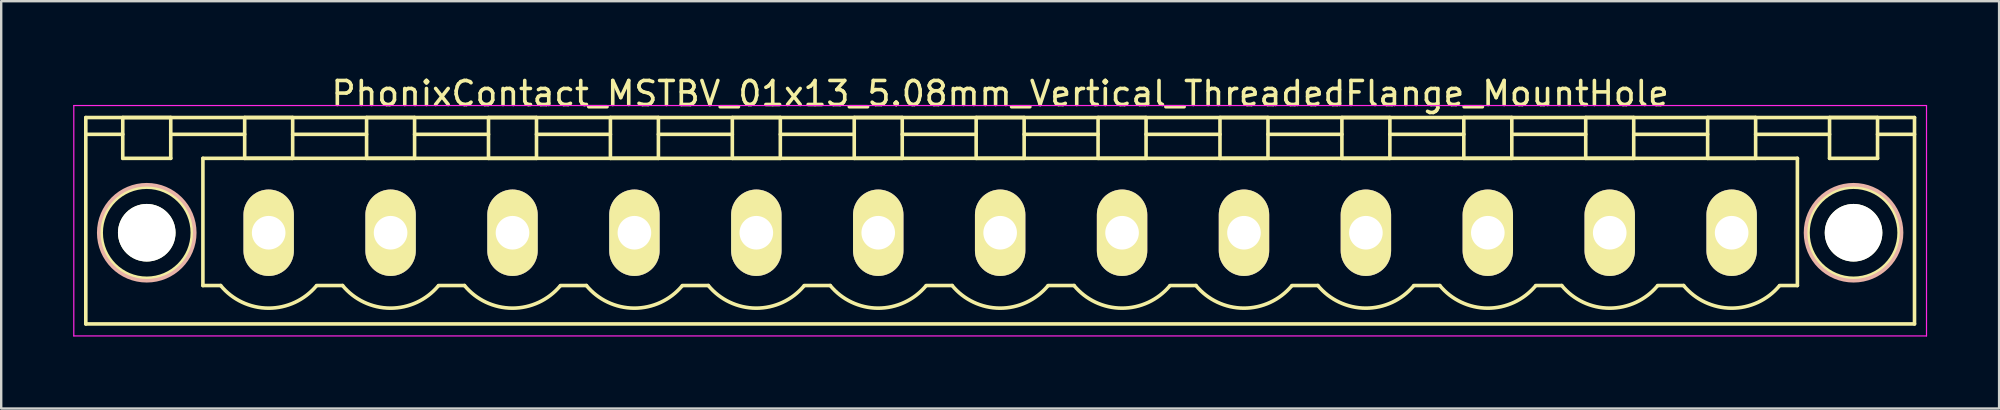
<source format=kicad_pcb>
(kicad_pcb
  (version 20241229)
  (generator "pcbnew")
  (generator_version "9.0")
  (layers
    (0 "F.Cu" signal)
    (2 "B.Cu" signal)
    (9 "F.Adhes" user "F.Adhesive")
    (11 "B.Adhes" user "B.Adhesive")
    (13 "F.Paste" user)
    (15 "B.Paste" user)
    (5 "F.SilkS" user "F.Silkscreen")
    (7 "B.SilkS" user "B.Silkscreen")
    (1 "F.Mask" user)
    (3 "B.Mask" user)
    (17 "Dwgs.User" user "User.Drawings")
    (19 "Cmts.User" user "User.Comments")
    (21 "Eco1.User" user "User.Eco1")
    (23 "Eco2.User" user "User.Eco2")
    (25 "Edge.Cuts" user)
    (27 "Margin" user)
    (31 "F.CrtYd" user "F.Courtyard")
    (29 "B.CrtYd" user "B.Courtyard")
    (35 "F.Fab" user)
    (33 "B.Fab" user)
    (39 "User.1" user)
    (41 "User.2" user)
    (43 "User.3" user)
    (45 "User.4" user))
  (footprint "PhonixContact_MSTBV_01x13_5.08mm_Vertical_ThreadedFlange_MountHole"
    (layer "F.Cu")
    (at 8.145 6.648)
    (property "Reference" "PhonixContact_MSTBV_01x13_5.08mm_Vertical_ThreadedFlange_MountHole" (at 30.48 -5.8 0) (layer "F.SilkS") (effects (font (size 1 1) (thickness 0.15))))
    (attr through_hole)
    (fp_line (start -7.62 -4.8) (end -7.62 3.8) (stroke (width 0.15) (type solid)) (layer "F.SilkS"))
    (fp_line (start -7.62 -4.1) (end -6.08 -4.1) (stroke (width 0.15) (type solid)) (layer "F.SilkS"))
    (fp_line (start -7.62 3.8) (end 68.58 3.8) (stroke (width 0.15) (type solid)) (layer "F.SilkS"))
    (fp_line (start -6.08 -4.8) (end -4.08 -4.8) (stroke (width 0.15) (type solid)) (layer "F.SilkS"))
    (fp_line (start -6.08 -3.1) (end -6.08 -4.8) (stroke (width 0.15) (type solid)) (layer "F.SilkS"))
    (fp_line (start -4.08 -4.8) (end -4.08 -3.1) (stroke (width 0.15) (type solid)) (layer "F.SilkS"))
    (fp_line (start -4.08 -4.1) (end -1 -4.1) (stroke (width 0.15) (type solid)) (layer "F.SilkS"))
    (fp_line (start -4.08 -3.1) (end -6.08 -3.1) (stroke (width 0.15) (type solid)) (layer "F.SilkS"))
    (fp_line (start -2.74 -3.1) (end 63.7 -3.1) (stroke (width 0.15) (type solid)) (layer "F.SilkS"))
    (fp_line (start -2.74 2.2) (end -2.74 -3.1) (stroke (width 0.15) (type solid)) (layer "F.SilkS"))
    (fp_line (start -2 2.2) (end -2.74 2.2) (stroke (width 0.15) (type solid)) (layer "F.SilkS"))
    (fp_line (start -1 -4.8) (end 1 -4.8) (stroke (width 0.15) (type solid)) (layer "F.SilkS"))
    (fp_line (start -1 -3.1) (end -1 -4.8) (stroke (width 0.15) (type solid)) (layer "F.SilkS"))
    (fp_line (start 1 -4.8) (end 1 -3.1) (stroke (width 0.15) (type solid)) (layer "F.SilkS"))
    (fp_line (start 1 -4.1) (end 4.08 -4.1) (stroke (width 0.15) (type solid)) (layer "F.SilkS"))
    (fp_line (start 1 -3.1) (end -1 -3.1) (stroke (width 0.15) (type solid)) (layer "F.SilkS"))
    (fp_line (start 2 2.2) (end 3.08 2.2) (stroke (width 0.15) (type solid)) (layer "F.SilkS"))
    (fp_line (start 4.08 -4.8) (end 6.08 -4.8) (stroke (width 0.15) (type solid)) (layer "F.SilkS"))
    (fp_line (start 4.08 -3.1) (end 4.08 -4.8) (stroke (width 0.15) (type solid)) (layer "F.SilkS"))
    (fp_line (start 6.08 -4.8) (end 6.08 -3.1) (stroke (width 0.15) (type solid)) (layer "F.SilkS"))
    (fp_line (start 6.08 -4.1) (end 9.16 -4.1) (stroke (width 0.15) (type solid)) (layer "F.SilkS"))
    (fp_line (start 6.08 -3.1) (end 4.08 -3.1) (stroke (width 0.15) (type solid)) (layer "F.SilkS"))
    (fp_line (start 7.08 2.2) (end 8.16 2.2) (stroke (width 0.15) (type solid)) (layer "F.SilkS"))
    (fp_line (start 9.16 -4.8) (end 11.16 -4.8) (stroke (width 0.15) (type solid)) (layer "F.SilkS"))
    (fp_line (start 9.16 -3.1) (end 9.16 -4.8) (stroke (width 0.15) (type solid)) (layer "F.SilkS"))
    (fp_line (start 11.16 -4.8) (end 11.16 -3.1) (stroke (width 0.15) (type solid)) (layer "F.SilkS"))
    (fp_line (start 11.16 -4.1) (end 14.24 -4.1) (stroke (width 0.15) (type solid)) (layer "F.SilkS"))
    (fp_line (start 11.16 -3.1) (end 9.16 -3.1) (stroke (width 0.15) (type solid)) (layer "F.SilkS"))
    (fp_line (start 12.16 2.2) (end 13.24 2.2) (stroke (width 0.15) (type solid)) (layer "F.SilkS"))
    (fp_line (start 14.24 -4.8) (end 16.24 -4.8) (stroke (width 0.15) (type solid)) (layer "F.SilkS"))
    (fp_line (start 14.24 -3.1) (end 14.24 -4.8) (stroke (width 0.15) (type solid)) (layer "F.SilkS"))
    (fp_line (start 16.24 -4.8) (end 16.24 -3.1) (stroke (width 0.15) (type solid)) (layer "F.SilkS"))
    (fp_line (start 16.24 -4.1) (end 19.32 -4.1) (stroke (width 0.15) (type solid)) (layer "F.SilkS"))
    (fp_line (start 16.24 -3.1) (end 14.24 -3.1) (stroke (width 0.15) (type solid)) (layer "F.SilkS"))
    (fp_line (start 17.24 2.2) (end 18.32 2.2) (stroke (width 0.15) (type solid)) (layer "F.SilkS"))
    (fp_line (start 19.32 -4.8) (end 21.32 -4.8) (stroke (width 0.15) (type solid)) (layer "F.SilkS"))
    (fp_line (start 19.32 -3.1) (end 19.32 -4.8) (stroke (width 0.15) (type solid)) (layer "F.SilkS"))
    (fp_line (start 21.32 -4.8) (end 21.32 -3.1) (stroke (width 0.15) (type solid)) (layer "F.SilkS"))
    (fp_line (start 21.32 -4.1) (end 24.4 -4.1) (stroke (width 0.15) (type solid)) (layer "F.SilkS"))
    (fp_line (start 21.32 -3.1) (end 19.32 -3.1) (stroke (width 0.15) (type solid)) (layer "F.SilkS"))
    (fp_line (start 22.32 2.2) (end 23.4 2.2) (stroke (width 0.15) (type solid)) (layer "F.SilkS"))
    (fp_line (start 24.4 -4.8) (end 26.4 -4.8) (stroke (width 0.15) (type solid)) (layer "F.SilkS"))
    (fp_line (start 24.4 -3.1) (end 24.4 -4.8) (stroke (width 0.15) (type solid)) (layer "F.SilkS"))
    (fp_line (start 26.4 -4.8) (end 26.4 -3.1) (stroke (width 0.15) (type solid)) (layer "F.SilkS"))
    (fp_line (start 26.4 -4.1) (end 29.48 -4.1) (stroke (width 0.15) (type solid)) (layer "F.SilkS"))
    (fp_line (start 26.4 -3.1) (end 24.4 -3.1) (stroke (width 0.15) (type solid)) (layer "F.SilkS"))
    (fp_line (start 27.4 2.2) (end 28.48 2.2) (stroke (width 0.15) (type solid)) (layer "F.SilkS"))
    (fp_line (start 29.48 -4.8) (end 31.48 -4.8) (stroke (width 0.15) (type solid)) (layer "F.SilkS"))
    (fp_line (start 29.48 -3.1) (end 29.48 -4.8) (stroke (width 0.15) (type solid)) (layer "F.SilkS"))
    (fp_line (start 31.48 -4.8) (end 31.48 -3.1) (stroke (width 0.15) (type solid)) (layer "F.SilkS"))
    (fp_line (start 31.48 -4.1) (end 34.56 -4.1) (stroke (width 0.15) (type solid)) (layer "F.SilkS"))
    (fp_line (start 31.48 -3.1) (end 29.48 -3.1) (stroke (width 0.15) (type solid)) (layer "F.SilkS"))
    (fp_line (start 32.48 2.2) (end 33.56 2.2) (stroke (width 0.15) (type solid)) (layer "F.SilkS"))
    (fp_line (start 34.56 -4.8) (end 36.56 -4.8) (stroke (width 0.15) (type solid)) (layer "F.SilkS"))
    (fp_line (start 34.56 -3.1) (end 34.56 -4.8) (stroke (width 0.15) (type solid)) (layer "F.SilkS"))
    (fp_line (start 36.56 -4.8) (end 36.56 -3.1) (stroke (width 0.15) (type solid)) (layer "F.SilkS"))
    (fp_line (start 36.56 -4.1) (end 39.64 -4.1) (stroke (width 0.15) (type solid)) (layer "F.SilkS"))
    (fp_line (start 36.56 -3.1) (end 34.56 -3.1) (stroke (width 0.15) (type solid)) (layer "F.SilkS"))
    (fp_line (start 37.56 2.2) (end 38.64 2.2) (stroke (width 0.15) (type solid)) (layer "F.SilkS"))
    (fp_line (start 39.64 -4.8) (end 41.64 -4.8) (stroke (width 0.15) (type solid)) (layer "F.SilkS"))
    (fp_line (start 39.64 -3.1) (end 39.64 -4.8) (stroke (width 0.15) (type solid)) (layer "F.SilkS"))
    (fp_line (start 41.64 -4.8) (end 41.64 -3.1) (stroke (width 0.15) (type solid)) (layer "F.SilkS"))
    (fp_line (start 41.64 -4.1) (end 44.72 -4.1) (stroke (width 0.15) (type solid)) (layer "F.SilkS"))
    (fp_line (start 41.64 -3.1) (end 39.64 -3.1) (stroke (width 0.15) (type solid)) (layer "F.SilkS"))
    (fp_line (start 42.64 2.2) (end 43.72 2.2) (stroke (width 0.15) (type solid)) (layer "F.SilkS"))
    (fp_line (start 44.72 -4.8) (end 46.72 -4.8) (stroke (width 0.15) (type solid)) (layer "F.SilkS"))
    (fp_line (start 44.72 -3.1) (end 44.72 -4.8) (stroke (width 0.15) (type solid)) (layer "F.SilkS"))
    (fp_line (start 46.72 -4.8) (end 46.72 -3.1) (stroke (width 0.15) (type solid)) (layer "F.SilkS"))
    (fp_line (start 46.72 -4.1) (end 49.8 -4.1) (stroke (width 0.15) (type solid)) (layer "F.SilkS"))
    (fp_line (start 46.72 -3.1) (end 44.72 -3.1) (stroke (width 0.15) (type solid)) (layer "F.SilkS"))
    (fp_line (start 47.72 2.2) (end 48.8 2.2) (stroke (width 0.15) (type solid)) (layer "F.SilkS"))
    (fp_line (start 49.8 -4.8) (end 51.8 -4.8) (stroke (width 0.15) (type solid)) (layer "F.SilkS"))
    (fp_line (start 49.8 -3.1) (end 49.8 -4.8) (stroke (width 0.15) (type solid)) (layer "F.SilkS"))
    (fp_line (start 51.8 -4.8) (end 51.8 -3.1) (stroke (width 0.15) (type solid)) (layer "F.SilkS"))
    (fp_line (start 51.8 -4.1) (end 54.88 -4.1) (stroke (width 0.15) (type solid)) (layer "F.SilkS"))
    (fp_line (start 51.8 -3.1) (end 49.8 -3.1) (stroke (width 0.15) (type solid)) (layer "F.SilkS"))
    (fp_line (start 52.8 2.2) (end 53.88 2.2) (stroke (width 0.15) (type solid)) (layer "F.SilkS"))
    (fp_line (start 54.88 -4.8) (end 56.88 -4.8) (stroke (width 0.15) (type solid)) (layer "F.SilkS"))
    (fp_line (start 54.88 -3.1) (end 54.88 -4.8) (stroke (width 0.15) (type solid)) (layer "F.SilkS"))
    (fp_line (start 56.88 -4.8) (end 56.88 -3.1) (stroke (width 0.15) (type solid)) (layer "F.SilkS"))
    (fp_line (start 56.88 -4.1) (end 59.96 -4.1) (stroke (width 0.15) (type solid)) (layer "F.SilkS"))
    (fp_line (start 56.88 -3.1) (end 54.88 -3.1) (stroke (width 0.15) (type solid)) (layer "F.SilkS"))
    (fp_line (start 57.88 2.2) (end 58.96 2.2) (stroke (width 0.15) (type solid)) (layer "F.SilkS"))
    (fp_line (start 59.96 -4.8) (end 61.96 -4.8) (stroke (width 0.15) (type solid)) (layer "F.SilkS"))
    (fp_line (start 59.96 -3.1) (end 59.96 -4.8) (stroke (width 0.15) (type solid)) (layer "F.SilkS"))
    (fp_line (start 61.96 -4.8) (end 61.96 -3.1) (stroke (width 0.15) (type solid)) (layer "F.SilkS"))
    (fp_line (start 61.96 -4.1) (end 65.04 -4.1) (stroke (width 0.15) (type solid)) (layer "F.SilkS"))
    (fp_line (start 61.96 -3.1) (end 59.96 -3.1) (stroke (width 0.15) (type solid)) (layer "F.SilkS"))
    (fp_line (start 63.7 -3.1) (end 63.7 2.2) (stroke (width 0.15) (type solid)) (layer "F.SilkS"))
    (fp_line (start 63.7 2.2) (end 62.96 2.2) (stroke (width 0.15) (type solid)) (layer "F.SilkS"))
    (fp_line (start 65.04 -4.8) (end 67.04 -4.8) (stroke (width 0.15) (type solid)) (layer "F.SilkS"))
    (fp_line (start 65.04 -3.1) (end 65.04 -4.8) (stroke (width 0.15) (type solid)) (layer "F.SilkS"))
    (fp_line (start 67.04 -4.8) (end 67.04 -3.1) (stroke (width 0.15) (type solid)) (layer "F.SilkS"))
    (fp_line (start 67.04 -3.1) (end 65.04 -3.1) (stroke (width 0.15) (type solid)) (layer "F.SilkS"))
    (fp_line (start 68.58 -4.8) (end -7.62 -4.8) (stroke (width 0.15) (type solid)) (layer "F.SilkS"))
    (fp_line (start 68.58 -4.1) (end 67.04 -4.1) (stroke (width 0.15) (type solid)) (layer "F.SilkS"))
    (fp_line (start 68.58 3.8) (end 68.58 -4.8) (stroke (width 0.15) (type solid)) (layer "F.SilkS"))
    (fp_arc (start 1.986842 2.215821) (mid -0.010289 3.142758) (end -2 2.2) (stroke (width 0.15) (type solid)) (layer "F.SilkS"))
    (fp_arc (start 7.066842 2.215821) (mid 5.069711 3.142758) (end 3.08 2.2) (stroke (width 0.15) (type solid)) (layer "F.SilkS"))
    (fp_arc (start 12.146842 2.215821) (mid 10.149711 3.142758) (end 8.16 2.2) (stroke (width 0.15) (type solid)) (layer "F.SilkS"))
    (fp_arc (start 17.226842 2.215821) (mid 15.229711 3.142758) (end 13.24 2.2) (stroke (width 0.15) (type solid)) (layer "F.SilkS"))
    (fp_arc (start 22.306842 2.215821) (mid 20.309711 3.142758) (end 18.32 2.2) (stroke (width 0.15) (type solid)) (layer "F.SilkS"))
    (fp_arc (start 27.386842 2.215821) (mid 25.389711 3.142758) (end 23.4 2.2) (stroke (width 0.15) (type solid)) (layer "F.SilkS"))
    (fp_arc (start 32.466842 2.215821) (mid 30.469711 3.142758) (end 28.48 2.2) (stroke (width 0.15) (type solid)) (layer "F.SilkS"))
    (fp_arc (start 37.546842 2.215821) (mid 35.549711 3.142758) (end 33.56 2.2) (stroke (width 0.15) (type solid)) (layer "F.SilkS"))
    (fp_arc (start 42.626842 2.215821) (mid 40.629711 3.142758) (end 38.64 2.2) (stroke (width 0.15) (type solid)) (layer "F.SilkS"))
    (fp_arc (start 47.706842 2.215821) (mid 45.709711 3.142758) (end 43.72 2.2) (stroke (width 0.15) (type solid)) (layer "F.SilkS"))
    (fp_arc (start 52.786842 2.215821) (mid 50.789711 3.142758) (end 48.8 2.2) (stroke (width 0.15) (type solid)) (layer "F.SilkS"))
    (fp_arc (start 57.866842 2.215821) (mid 55.869711 3.142758) (end 53.88 2.2) (stroke (width 0.15) (type solid)) (layer "F.SilkS"))
    (fp_arc (start 62.946842 2.215821) (mid 60.949711 3.142758) (end 58.96 2.2) (stroke (width 0.15) (type solid)) (layer "F.SilkS"))
    (fp_circle (center -5.08 0) (end -4.08 0) (stroke (width 0.15) (type solid)) (fill no) (layer "F.SilkS"))
    (fp_circle (center -5.08 0) (end -3.18 0) (stroke (width 0.15) (type solid)) (fill no) (layer "F.SilkS"))
    (fp_circle (center 66.04 0) (end 67.04 0) (stroke (width 0.15) (type solid)) (fill no) (layer "F.SilkS"))
    (fp_circle (center 66.04 0) (end 67.94 0) (stroke (width 0.15) (type solid)) (fill no) (layer "F.SilkS"))
    (fp_circle (center -5.08 0) (end -3.08 0) (stroke (width 0.15) (type solid)) (fill no) (layer "B.SilkS"))
    (fp_circle (center 66.04 0) (end 68.04 0) (stroke (width 0.15) (type solid)) (fill no) (layer "B.SilkS"))
    (fp_line (start -8.12 -5.3) (end -8.12 4.3) (stroke (width 0.05) (type solid)) (layer "F.CrtYd"))
    (fp_line (start -8.12 4.3) (end 69.08 4.3) (stroke (width 0.05) (type solid)) (layer "F.CrtYd"))
    (fp_line (start 69.08 -5.3) (end -8.12 -5.3) (stroke (width 0.05) (type solid)) (layer "F.CrtYd"))
    (fp_line (start 69.08 4.3) (end 69.08 -5.3) (stroke (width 0.05) (type solid)) (layer "F.CrtYd"))
    (pad "" np_thru_hole circle (at -5.08 0) (size 2.4 2.4) (drill 2.4) (layers "*.Cu" "*.Mask" "F.SilkS"))
    (pad "" np_thru_hole circle (at 66.04 0) (size 2.4 2.4) (drill 2.4) (layers "*.Cu" "*.Mask" "F.SilkS"))
    (pad "1" thru_hole oval (at 0 0) (size 2.1 3.6) (drill 1.4) (layers "*.Cu" "*.Mask" "F.SilkS"))
    (pad "2" thru_hole oval (at 5.08 0) (size 2.1 3.6) (drill 1.4) (layers "*.Cu" "*.Mask" "F.SilkS"))
    (pad "3" thru_hole oval (at 10.16 0) (size 2.1 3.6) (drill 1.4) (layers "*.Cu" "*.Mask" "F.SilkS"))
    (pad "4" thru_hole oval (at 15.24 0) (size 2.1 3.6) (drill 1.4) (layers "*.Cu" "*.Mask" "F.SilkS"))
    (pad "5" thru_hole oval (at 20.32 0) (size 2.1 3.6) (drill 1.4) (layers "*.Cu" "*.Mask" "F.SilkS"))
    (pad "6" thru_hole oval (at 25.4 0) (size 2.1 3.6) (drill 1.4) (layers "*.Cu" "*.Mask" "F.SilkS"))
    (pad "7" thru_hole oval (at 30.48 0) (size 2.1 3.6) (drill 1.4) (layers "*.Cu" "*.Mask" "F.SilkS"))
    (pad "8" thru_hole oval (at 35.56 0) (size 2.1 3.6) (drill 1.4) (layers "*.Cu" "*.Mask" "F.SilkS"))
    (pad "9" thru_hole oval (at 40.64 0) (size 2.1 3.6) (drill 1.4) (layers "*.Cu" "*.Mask" "F.SilkS"))
    (pad "10" thru_hole oval (at 45.72 0) (size 2.1 3.6) (drill 1.4) (layers "*.Cu" "*.Mask" "F.SilkS"))
    (pad "11" thru_hole oval (at 50.8 0) (size 2.1 3.6) (drill 1.4) (layers "*.Cu" "*.Mask" "F.SilkS"))
    (pad "12" thru_hole oval (at 55.88 0) (size 2.1 3.6) (drill 1.4) (layers "*.Cu" "*.Mask" "F.SilkS"))
    (pad "13" thru_hole oval (at 60.96 0) (size 2.1 3.6) (drill 1.4) (layers "*.Cu" "*.Mask" "F.SilkS")))
  (gr_rect
    (start -3 -3)
    (end 80.25 13.973)
    (stroke (width 0.1) (type default))
    (fill no)
    (layer "Edge.Cuts")))
</source>
